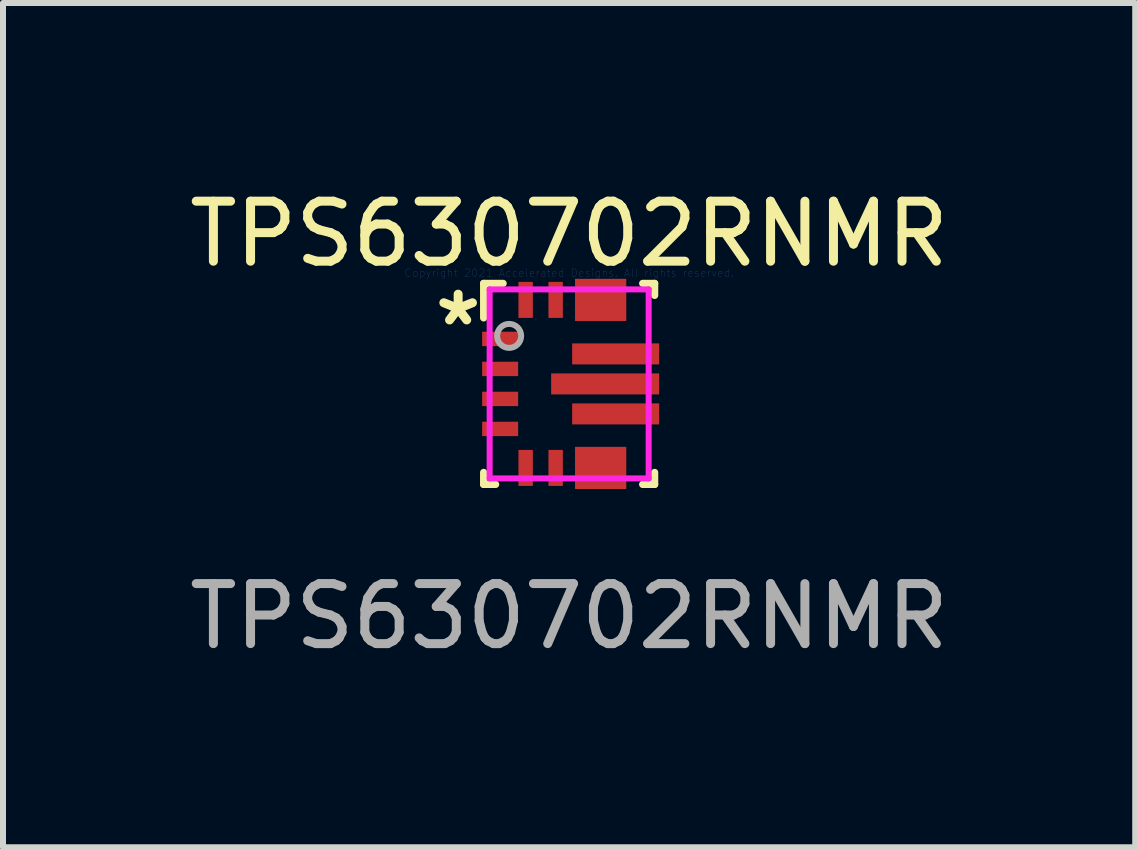
<source format=kicad_pcb>
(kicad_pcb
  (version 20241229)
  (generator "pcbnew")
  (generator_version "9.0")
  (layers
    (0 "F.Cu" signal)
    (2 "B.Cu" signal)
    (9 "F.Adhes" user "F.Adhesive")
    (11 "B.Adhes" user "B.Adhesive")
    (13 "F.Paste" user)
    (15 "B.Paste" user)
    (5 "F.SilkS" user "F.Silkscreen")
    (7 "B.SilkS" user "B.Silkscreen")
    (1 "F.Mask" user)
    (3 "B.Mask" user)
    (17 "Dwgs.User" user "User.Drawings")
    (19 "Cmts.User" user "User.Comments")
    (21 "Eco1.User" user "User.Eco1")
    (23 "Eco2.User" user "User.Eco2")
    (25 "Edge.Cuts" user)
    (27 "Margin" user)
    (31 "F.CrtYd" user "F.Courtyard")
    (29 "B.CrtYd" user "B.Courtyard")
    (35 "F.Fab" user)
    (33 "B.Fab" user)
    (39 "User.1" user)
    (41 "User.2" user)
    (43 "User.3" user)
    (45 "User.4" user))
  (footprint "TPS630702RNMR"
    (layer "F.Cu")
    (at 6.435 3.348)
    (property "Reference" "TPS630702RNMR" (at 0 -2.5 0) (layer "F.SilkS") (effects (font (size 1 1) (thickness 0.15))))
    (attr through_hole)
    (fp_poly (pts (xy 0.15 -1.15) (xy 0.15 -1.3) (xy 0.151 -1.31) (xy 0.154 -1.319) (xy 0.158 -1.328) (xy 0.165 -1.335) (xy 0.172 -1.342) (xy 0.181 -1.346) (xy 0.19 -1.349) (xy 0.2 -1.35) (xy 0.85 -1.35) (xy 0.86 -1.349) (xy 0.869 -1.346) (xy 0.878 -1.342) (xy 0.885 -1.335) (xy 0.892 -1.328) (xy 0.896 -1.319) (xy 0.899 -1.31) (xy 0.9 -1.3) (xy 0.9 -1.15) (xy 0.899 -1.14) (xy 0.896 -1.131) (xy 0.892 -1.122) (xy 0.885 -1.115) (xy 0.878 -1.108) (xy 0.869 -1.104) (xy 0.86 -1.101) (xy 0.85 -1.1) (xy 0.2 -1.1) (xy 0.19 -1.101) (xy 0.181 -1.104) (xy 0.172 -1.108) (xy 0.165 -1.115) (xy 0.158 -1.122) (xy 0.154 -1.131) (xy 0.151 -1.14)) (stroke (width 0.1) (type solid)) (fill yes) (layer "F.Mask"))
    (fp_poly (pts (xy 0.15 1.3) (xy 0.15 1.15) (xy 0.151 1.14) (xy 0.154 1.131) (xy 0.158 1.122) (xy 0.165 1.115) (xy 0.172 1.108) (xy 0.181 1.104) (xy 0.19 1.101) (xy 0.2 1.1) (xy 0.85 1.1) (xy 0.86 1.101) (xy 0.869 1.104) (xy 0.878 1.108) (xy 0.885 1.115) (xy 0.892 1.122) (xy 0.896 1.131) (xy 0.899 1.14) (xy 0.9 1.15) (xy 0.9 1.3) (xy 0.899 1.31) (xy 0.896 1.319) (xy 0.892 1.328) (xy 0.885 1.335) (xy 0.878 1.342) (xy 0.869 1.346) (xy 0.86 1.349) (xy 0.85 1.35) (xy 0.2 1.35) (xy 0.19 1.349) (xy 0.181 1.346) (xy 0.172 1.342) (xy 0.165 1.335) (xy 0.158 1.328) (xy 0.154 1.319) (xy 0.151 1.31)) (stroke (width 0.1) (type solid)) (fill yes) (layer "F.Mask"))
    (fp_poly (pts (xy 0.2 1.1) (xy 0.35 1.1) (xy 0.36 1.101) (xy 0.369 1.104) (xy 0.378 1.108) (xy 0.385 1.115) (xy 0.392 1.122) (xy 0.396 1.131) (xy 0.399 1.14) (xy 0.4 1.15) (xy 0.4 1.65) (xy 0.399 1.66) (xy 0.396 1.669) (xy 0.392 1.678) (xy 0.385 1.685) (xy 0.378 1.692) (xy 0.369 1.696) (xy 0.36 1.699) (xy 0.35 1.7) (xy 0.2 1.7) (xy 0.19 1.699) (xy 0.181 1.696) (xy 0.172 1.692) (xy 0.165 1.685) (xy 0.158 1.678) (xy 0.154 1.669) (xy 0.151 1.66) (xy 0.15 1.65) (xy 0.15 1.15) (xy 0.151 1.14) (xy 0.154 1.131) (xy 0.158 1.122) (xy 0.165 1.115) (xy 0.172 1.108) (xy 0.181 1.104) (xy 0.19 1.101)) (stroke (width 0.1) (type solid)) (fill yes) (layer "F.Mask"))
    (fp_poly (pts (xy 0.35 -1.1) (xy 0.2 -1.1) (xy 0.19 -1.101) (xy 0.181 -1.104) (xy 0.172 -1.108) (xy 0.165 -1.115) (xy 0.158 -1.122) (xy 0.154 -1.131) (xy 0.151 -1.14) (xy 0.15 -1.15) (xy 0.15 -1.65) (xy 0.151 -1.66) (xy 0.154 -1.669) (xy 0.158 -1.678) (xy 0.165 -1.685) (xy 0.172 -1.692) (xy 0.181 -1.696) (xy 0.19 -1.699) (xy 0.2 -1.7) (xy 0.35 -1.7) (xy 0.36 -1.699) (xy 0.369 -1.696) (xy 0.378 -1.692) (xy 0.385 -1.685) (xy 0.392 -1.678) (xy 0.396 -1.669) (xy 0.399 -1.66) (xy 0.4 -1.65) (xy 0.4 -1.15) (xy 0.399 -1.14) (xy 0.396 -1.131) (xy 0.392 -1.122) (xy 0.385 -1.115) (xy 0.378 -1.108) (xy 0.369 -1.104) (xy 0.36 -1.101)) (stroke (width 0.1) (type solid)) (fill yes) (layer "F.Mask"))
    (fp_poly (pts (xy 0.7 1.1) (xy 0.85 1.1) (xy 0.86 1.101) (xy 0.869 1.104) (xy 0.878 1.108) (xy 0.885 1.115) (xy 0.892 1.122) (xy 0.896 1.131) (xy 0.899 1.14) (xy 0.9 1.15) (xy 0.9 1.65) (xy 0.899 1.66) (xy 0.896 1.669) (xy 0.892 1.678) (xy 0.885 1.685) (xy 0.878 1.692) (xy 0.869 1.696) (xy 0.86 1.699) (xy 0.85 1.7) (xy 0.7 1.7) (xy 0.69 1.699) (xy 0.681 1.696) (xy 0.672 1.692) (xy 0.665 1.685) (xy 0.658 1.678) (xy 0.654 1.669) (xy 0.651 1.66) (xy 0.65 1.65) (xy 0.65 1.15) (xy 0.651 1.14) (xy 0.654 1.131) (xy 0.658 1.122) (xy 0.665 1.115) (xy 0.672 1.108) (xy 0.681 1.104) (xy 0.69 1.101)) (stroke (width 0.1) (type solid)) (fill yes) (layer "F.Mask"))
    (fp_poly (pts (xy 0.85 -1.1) (xy 0.7 -1.1) (xy 0.69 -1.101) (xy 0.681 -1.104) (xy 0.672 -1.108) (xy 0.665 -1.115) (xy 0.658 -1.122) (xy 0.654 -1.131) (xy 0.651 -1.14) (xy 0.65 -1.15) (xy 0.65 -1.65) (xy 0.651 -1.66) (xy 0.654 -1.669) (xy 0.658 -1.678) (xy 0.665 -1.685) (xy 0.672 -1.692) (xy 0.681 -1.696) (xy 0.69 -1.699) (xy 0.7 -1.7) (xy 0.85 -1.7) (xy 0.86 -1.699) (xy 0.869 -1.696) (xy 0.878 -1.692) (xy 0.885 -1.685) (xy 0.892 -1.678) (xy 0.896 -1.669) (xy 0.899 -1.66) (xy 0.9 -1.65) (xy 0.9 -1.15) (xy 0.899 -1.14) (xy 0.896 -1.131) (xy 0.892 -1.122) (xy 0.885 -1.115) (xy 0.878 -1.108) (xy 0.869 -1.104) (xy 0.86 -1.101)) (stroke (width 0.1) (type solid)) (fill yes) (layer "F.Mask"))
    (fp_line (start -1.425 -1.675) (end -1.1 -1.675) (stroke (width 0.12) (type solid)) (layer "F.SilkS"))
    (fp_line (start -1.425 -1.1) (end -1.425 -1.675) (stroke (width 0.12) (type solid)) (layer "F.SilkS"))
    (fp_line (start -1.425 1.675) (end -1.425 1.475) (stroke (width 0.12) (type solid)) (layer "F.SilkS"))
    (fp_line (start -1.425 1.675) (end -1.225 1.675) (stroke (width 0.12) (type solid)) (layer "F.SilkS"))
    (fp_line (start 1.225 -1.675) (end 1.425 -1.675) (stroke (width 0.12) (type solid)) (layer "F.SilkS"))
    (fp_line (start 1.225 1.675) (end 1.425 1.675) (stroke (width 0.12) (type solid)) (layer "F.SilkS"))
    (fp_line (start 1.425 -1.475) (end 1.425 -1.675) (stroke (width 0.12) (type solid)) (layer "F.SilkS"))
    (fp_line (start 1.425 1.675) (end 1.425 1.475) (stroke (width 0.12) (type solid)) (layer "F.SilkS"))
    (fp_poly (pts (xy -0.22 0.075) (xy -0.22 -0.075) (xy -0.219 -0.085) (xy -0.216 -0.094) (xy -0.212 -0.103) (xy -0.205 -0.11) (xy -0.198 -0.117) (xy -0.189 -0.121) (xy -0.18 -0.124) (xy -0.17 -0.125) (xy 0.45 -0.125) (xy 0.46 -0.124) (xy 0.469 -0.121) (xy 0.478 -0.117) (xy 0.485 -0.11) (xy 0.492 -0.103) (xy 0.496 -0.094) (xy 0.499 -0.085) (xy 0.5 -0.075) (xy 0.5 0.075) (xy 0.499 0.085) (xy 0.496 0.094) (xy 0.492 0.103) (xy 0.485 0.11) (xy 0.478 0.117) (xy 0.469 0.121) (xy 0.46 0.124) (xy 0.45 0.125) (xy -0.17 0.125) (xy -0.18 0.124) (xy -0.189 0.121) (xy -0.198 0.117) (xy -0.205 0.11) (xy -0.212 0.103) (xy -0.216 0.094) (xy -0.219 0.085)) (stroke (width 0.1) (type solid)) (fill yes) (layer "F.Paste"))
    (fp_poly (pts (xy 0.101 -0.425) (xy 0.101 -0.575) (xy 0.101 -0.585) (xy 0.104 -0.594) (xy 0.109 -0.603) (xy 0.115 -0.61) (xy 0.123 -0.617) (xy 0.131 -0.621) (xy 0.141 -0.624) (xy 0.15 -0.625) (xy 0.625 -0.625) (xy 0.635 -0.624) (xy 0.645 -0.621) (xy 0.653 -0.617) (xy 0.661 -0.61) (xy 0.667 -0.603) (xy 0.672 -0.594) (xy 0.675 -0.585) (xy 0.675 -0.575) (xy 0.675 -0.425) (xy 0.675 -0.415) (xy 0.672 -0.406) (xy 0.667 -0.397) (xy 0.661 -0.39) (xy 0.653 -0.383) (xy 0.645 -0.379) (xy 0.635 -0.376) (xy 0.625 -0.375) (xy 0.15 -0.375) (xy 0.141 -0.376) (xy 0.131 -0.379) (xy 0.123 -0.383) (xy 0.115 -0.39) (xy 0.109 -0.397) (xy 0.104 -0.406) (xy 0.101 -0.415)) (stroke (width 0.1) (type solid)) (fill yes) (layer "F.Paste"))
    (fp_poly (pts (xy 0.101 0.575) (xy 0.101 0.425) (xy 0.101 0.415) (xy 0.104 0.406) (xy 0.109 0.397) (xy 0.115 0.39) (xy 0.123 0.383) (xy 0.131 0.379) (xy 0.141 0.376) (xy 0.15 0.375) (xy 0.625 0.375) (xy 0.635 0.376) (xy 0.645 0.379) (xy 0.653 0.383) (xy 0.661 0.39) (xy 0.667 0.397) (xy 0.672 0.406) (xy 0.675 0.415) (xy 0.675 0.425) (xy 0.675 0.575) (xy 0.675 0.585) (xy 0.672 0.594) (xy 0.667 0.603) (xy 0.661 0.61) (xy 0.653 0.617) (xy 0.645 0.621) (xy 0.635 0.624) (xy 0.625 0.625) (xy 0.15 0.625) (xy 0.141 0.624) (xy 0.131 0.621) (xy 0.123 0.617) (xy 0.115 0.61) (xy 0.109 0.603) (xy 0.104 0.594) (xy 0.101 0.585)) (stroke (width 0.1) (type solid)) (fill yes) (layer "F.Paste"))
    (fp_poly (pts (xy 0.15 -1.15) (xy 0.15 -1.3) (xy 0.151 -1.31) (xy 0.154 -1.319) (xy 0.158 -1.328) (xy 0.165 -1.335) (xy 0.172 -1.342) (xy 0.181 -1.346) (xy 0.19 -1.349) (xy 0.2 -1.35) (xy 0.85 -1.35) (xy 0.86 -1.349) (xy 0.869 -1.346) (xy 0.878 -1.342) (xy 0.885 -1.335) (xy 0.892 -1.328) (xy 0.896 -1.319) (xy 0.899 -1.31) (xy 0.9 -1.3) (xy 0.9 -1.15) (xy 0.899 -1.14) (xy 0.896 -1.131) (xy 0.892 -1.122) (xy 0.885 -1.115) (xy 0.878 -1.108) (xy 0.869 -1.104) (xy 0.86 -1.101) (xy 0.85 -1.1) (xy 0.2 -1.1) (xy 0.19 -1.101) (xy 0.181 -1.104) (xy 0.172 -1.108) (xy 0.165 -1.115) (xy 0.158 -1.122) (xy 0.154 -1.131) (xy 0.151 -1.14)) (stroke (width 0.1) (type solid)) (fill yes) (layer "F.Paste"))
    (fp_poly (pts (xy 0.15 1.3) (xy 0.15 1.15) (xy 0.151 1.14) (xy 0.154 1.131) (xy 0.158 1.122) (xy 0.165 1.115) (xy 0.172 1.108) (xy 0.181 1.104) (xy 0.19 1.101) (xy 0.2 1.1) (xy 0.85 1.1) (xy 0.86 1.101) (xy 0.869 1.104) (xy 0.878 1.108) (xy 0.885 1.115) (xy 0.892 1.122) (xy 0.896 1.131) (xy 0.899 1.14) (xy 0.9 1.15) (xy 0.9 1.3) (xy 0.899 1.31) (xy 0.896 1.319) (xy 0.892 1.328) (xy 0.885 1.335) (xy 0.878 1.342) (xy 0.869 1.346) (xy 0.86 1.349) (xy 0.85 1.35) (xy 0.2 1.35) (xy 0.19 1.349) (xy 0.181 1.346) (xy 0.172 1.342) (xy 0.165 1.335) (xy 0.158 1.328) (xy 0.154 1.319) (xy 0.151 1.31)) (stroke (width 0.1) (type solid)) (fill yes) (layer "F.Paste"))
    (fp_poly (pts (xy 0.2 1.1) (xy 0.35 1.1) (xy 0.36 1.101) (xy 0.369 1.104) (xy 0.378 1.108) (xy 0.385 1.115) (xy 0.392 1.122) (xy 0.396 1.131) (xy 0.399 1.14) (xy 0.4 1.15) (xy 0.4 1.65) (xy 0.399 1.66) (xy 0.396 1.669) (xy 0.392 1.678) (xy 0.385 1.685) (xy 0.378 1.692) (xy 0.369 1.696) (xy 0.36 1.699) (xy 0.35 1.7) (xy 0.2 1.7) (xy 0.19 1.699) (xy 0.181 1.696) (xy 0.172 1.692) (xy 0.165 1.685) (xy 0.158 1.678) (xy 0.154 1.669) (xy 0.151 1.66) (xy 0.15 1.65) (xy 0.15 1.15) (xy 0.151 1.14) (xy 0.154 1.131) (xy 0.158 1.122) (xy 0.165 1.115) (xy 0.172 1.108) (xy 0.181 1.104) (xy 0.19 1.101)) (stroke (width 0.1) (type solid)) (fill yes) (layer "F.Paste"))
    (fp_poly (pts (xy 0.35 -1.1) (xy 0.2 -1.1) (xy 0.19 -1.101) (xy 0.181 -1.104) (xy 0.172 -1.108) (xy 0.165 -1.115) (xy 0.158 -1.122) (xy 0.154 -1.131) (xy 0.151 -1.14) (xy 0.15 -1.15) (xy 0.15 -1.65) (xy 0.151 -1.66) (xy 0.154 -1.669) (xy 0.158 -1.678) (xy 0.165 -1.685) (xy 0.172 -1.692) (xy 0.181 -1.696) (xy 0.19 -1.699) (xy 0.2 -1.7) (xy 0.35 -1.7) (xy 0.36 -1.699) (xy 0.369 -1.696) (xy 0.378 -1.692) (xy 0.385 -1.685) (xy 0.392 -1.678) (xy 0.396 -1.669) (xy 0.399 -1.66) (xy 0.4 -1.65) (xy 0.4 -1.15) (xy 0.399 -1.14) (xy 0.396 -1.131) (xy 0.392 -1.122) (xy 0.385 -1.115) (xy 0.378 -1.108) (xy 0.369 -1.104) (xy 0.36 -1.101)) (stroke (width 0.1) (type solid)) (fill yes) (layer "F.Paste"))
    (fp_poly (pts (xy 0.7 0.075) (xy 0.7 -0.075) (xy 0.701 -0.085) (xy 0.704 -0.094) (xy 0.708 -0.103) (xy 0.715 -0.11) (xy 0.722 -0.117) (xy 0.731 -0.121) (xy 0.74 -0.124) (xy 0.75 -0.125) (xy 1.37 -0.125) (xy 1.38 -0.124) (xy 1.389 -0.121) (xy 1.398 -0.117) (xy 1.405 -0.11) (xy 1.412 -0.103) (xy 1.416 -0.094) (xy 1.419 -0.085) (xy 1.42 -0.075) (xy 1.42 0.075) (xy 1.419 0.085) (xy 1.416 0.094) (xy 1.412 0.103) (xy 1.405 0.11) (xy 1.398 0.117) (xy 1.389 0.121) (xy 1.38 0.124) (xy 1.37 0.125) (xy 0.75 0.125) (xy 0.74 0.124) (xy 0.731 0.121) (xy 0.722 0.117) (xy 0.715 0.11) (xy 0.708 0.103) (xy 0.704 0.094) (xy 0.701 0.085)) (stroke (width 0.1) (type solid)) (fill yes) (layer "F.Paste"))
    (fp_poly (pts (xy 0.7 1.1) (xy 0.85 1.1) (xy 0.86 1.101) (xy 0.869 1.104) (xy 0.878 1.108) (xy 0.885 1.115) (xy 0.892 1.122) (xy 0.896 1.131) (xy 0.899 1.14) (xy 0.9 1.15) (xy 0.9 1.65) (xy 0.899 1.66) (xy 0.896 1.669) (xy 0.892 1.678) (xy 0.885 1.685) (xy 0.878 1.692) (xy 0.869 1.696) (xy 0.86 1.699) (xy 0.85 1.7) (xy 0.7 1.7) (xy 0.69 1.699) (xy 0.681 1.696) (xy 0.672 1.692) (xy 0.665 1.685) (xy 0.658 1.678) (xy 0.654 1.669) (xy 0.651 1.66) (xy 0.65 1.65) (xy 0.65 1.15) (xy 0.651 1.14) (xy 0.654 1.131) (xy 0.658 1.122) (xy 0.665 1.115) (xy 0.672 1.108) (xy 0.681 1.104) (xy 0.69 1.101)) (stroke (width 0.1) (type solid)) (fill yes) (layer "F.Paste"))
    (fp_poly (pts (xy 0.85 -1.1) (xy 0.7 -1.1) (xy 0.69 -1.101) (xy 0.681 -1.104) (xy 0.672 -1.108) (xy 0.665 -1.115) (xy 0.658 -1.122) (xy 0.654 -1.131) (xy 0.651 -1.14) (xy 0.65 -1.15) (xy 0.65 -1.65) (xy 0.651 -1.66) (xy 0.654 -1.669) (xy 0.658 -1.678) (xy 0.665 -1.685) (xy 0.672 -1.692) (xy 0.681 -1.696) (xy 0.69 -1.699) (xy 0.7 -1.7) (xy 0.85 -1.7) (xy 0.86 -1.699) (xy 0.869 -1.696) (xy 0.878 -1.692) (xy 0.885 -1.685) (xy 0.892 -1.678) (xy 0.896 -1.669) (xy 0.899 -1.66) (xy 0.9 -1.65) (xy 0.9 -1.15) (xy 0.899 -1.14) (xy 0.896 -1.131) (xy 0.892 -1.122) (xy 0.885 -1.115) (xy 0.878 -1.108) (xy 0.869 -1.104) (xy 0.86 -1.101)) (stroke (width 0.1) (type solid)) (fill yes) (layer "F.Paste"))
    (fp_poly (pts (xy 0.875 -0.425) (xy 0.875 -0.575) (xy 0.876 -0.585) (xy 0.879 -0.594) (xy 0.884 -0.603) (xy 0.89 -0.61) (xy 0.898 -0.617) (xy 0.906 -0.621) (xy 0.916 -0.624) (xy 0.925 -0.625) (xy 1.401 -0.625) (xy 1.41 -0.624) (xy 1.42 -0.621) (xy 1.428 -0.617) (xy 1.436 -0.61) (xy 1.442 -0.603) (xy 1.447 -0.594) (xy 1.45 -0.585) (xy 1.45 -0.575) (xy 1.45 -0.425) (xy 1.45 -0.415) (xy 1.447 -0.406) (xy 1.442 -0.397) (xy 1.436 -0.39) (xy 1.428 -0.383) (xy 1.42 -0.379) (xy 1.41 -0.376) (xy 1.401 -0.375) (xy 0.925 -0.375) (xy 0.916 -0.376) (xy 0.906 -0.379) (xy 0.898 -0.383) (xy 0.89 -0.39) (xy 0.884 -0.397) (xy 0.879 -0.406) (xy 0.876 -0.415)) (stroke (width 0.1) (type solid)) (fill yes) (layer "F.Paste"))
    (fp_poly (pts (xy 0.875 0.575) (xy 0.875 0.425) (xy 0.876 0.415) (xy 0.879 0.406) (xy 0.884 0.397) (xy 0.89 0.39) (xy 0.898 0.383) (xy 0.906 0.379) (xy 0.916 0.376) (xy 0.925 0.375) (xy 1.401 0.375) (xy 1.41 0.376) (xy 1.42 0.379) (xy 1.428 0.383) (xy 1.436 0.39) (xy 1.442 0.397) (xy 1.447 0.406) (xy 1.45 0.415) (xy 1.45 0.425) (xy 1.45 0.575) (xy 1.45 0.585) (xy 1.447 0.594) (xy 1.442 0.603) (xy 1.436 0.61) (xy 1.428 0.617) (xy 1.42 0.621) (xy 1.41 0.624) (xy 1.401 0.625) (xy 0.925 0.625) (xy 0.916 0.624) (xy 0.906 0.621) (xy 0.898 0.617) (xy 0.89 0.61) (xy 0.884 0.603) (xy 0.879 0.594) (xy 0.876 0.585)) (stroke (width 0.1) (type solid)) (fill yes) (layer "F.Paste"))
    (fp_line (start -1.325 -1.575) (end 1.325 -1.575) (stroke (width 0.1) (type solid)) (layer "F.CrtYd"))
    (fp_line (start -1.325 1.575) (end -1.325 -1.575) (stroke (width 0.1) (type solid)) (layer "F.CrtYd"))
    (fp_line (start -1.325 1.575) (end 1.325 1.575) (stroke (width 0.1) (type solid)) (layer "F.CrtYd"))
    (fp_line (start 1.325 1.575) (end 1.325 -1.575) (stroke (width 0.1) (type solid)) (layer "F.CrtYd"))
    (fp_circle (center -1 -0.8) (end -0.8 -0.8) (stroke (width 0.1) (type solid)) (fill no) (layer "F.Fab"))
    (fp_text user "*" (at -1.85 -0.95 0) (layer "F.SilkS") (effects (font (size 1 1) (thickness 0.15))))
    (fp_text user "Copyright 2021 Accelerated Designs. All rights reserved." (at 0 -1.85 0) (layer "Cmts.User") (effects (font (size 0.127 0.127) (thickness 0.002))))
    (fp_text user "${REFERENCE}" (at 0 3.873 0) (layer "F.Fab") (effects (font (size 1 1) (thickness 0.15))))
    (pad "1" smd rect (at -1.15 -0.75 90) (size 0.24 0.6) (layers "F.Cu" "F.Mask" "F.Paste"))
    (pad "2" smd rect (at -1.15 -0.25 90) (size 0.24 0.6) (layers "F.Cu" "F.Mask" "F.Paste"))
    (pad "3" smd rect (at -1.15 0.25 90) (size 0.24 0.6) (layers "F.Cu" "F.Mask" "F.Paste"))
    (pad "4" smd rect (at -1.15 0.75 90) (size 0.24 0.6) (layers "F.Cu" "F.Mask" "F.Paste"))
    (pad "5" smd rect (at -0.725 1.4) (size 0.24 0.6) (layers "F.Cu" "F.Mask" "F.Paste"))
    (pad "6" smd rect (at -0.225 1.4) (size 0.24 0.6) (layers "F.Cu" "F.Mask" "F.Paste"))
    (pad "7" smd rect (at 0.525 1.4 90) (size 0.7 0.85) (layers "F.Cu" "F.Mask" "F.Paste"))
    (pad "8" smd rect (at 0.525 1.4 90) (size 0.7 0.85) (layers "F.Cu" "F.Mask" "F.Paste"))
    (pad "9" smd rect (at 0.775 0.5 90) (size 0.35 1.45) (layers "F.Cu" "F.Mask" "F.Paste"))
    (pad "10" smd rect (at 0.6 0 90) (size 0.35 1.8) (layers "F.Cu" "F.Mask" "F.Paste"))
    (pad "11" smd rect (at 0.775 -0.5 90) (size 0.35 1.45) (layers "F.Cu" "F.Mask" "F.Paste"))
    (pad "12" smd rect (at 0.525 -1.4 90) (size 0.7 0.85) (layers "F.Cu" "F.Mask" "F.Paste"))
    (pad "13" smd rect (at 0.525 -1.4 90) (size 0.7 0.85) (layers "F.Cu" "F.Mask" "F.Paste"))
    (pad "14" smd rect (at -0.225 -1.4) (size 0.24 0.6) (layers "F.Cu" "F.Mask" "F.Paste"))
    (pad "15" smd rect (at -0.725 -1.4) (size 0.24 0.6) (layers "F.Cu" "F.Mask" "F.Paste")))
  (gr_rect
    (start -3 -3)
    (end 15.869 11.07)
    (stroke (width 0.1) (type default))
    (fill no)
    (layer "Edge.Cuts")))
</source>
